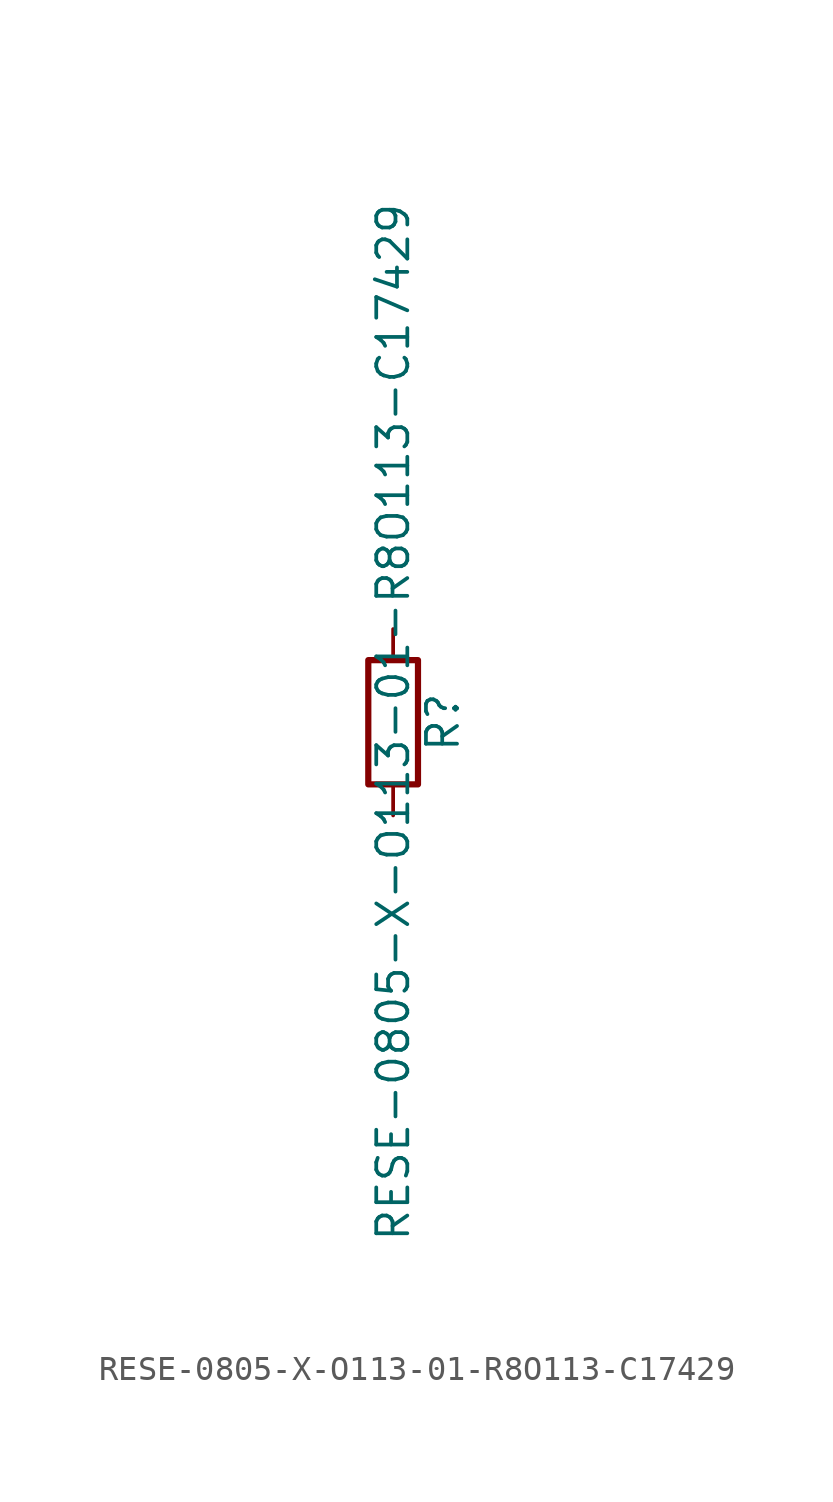
<source format=kicad_sym>
(kicad_symbol_lib
  (version 20211014)
  (generator kicad_symbol_editor)
  (symbol "RESE-0805-X-O113-01-R8O113-C17429"
    (pin_numbers hide)
    (pin_names
      (offset 0))
    (property "Reference" "R"
      (at 2.032 0 90)
      (effects (font (size 1.27 1.27))))
    (property "Value" "RESE-0805-X-O113-01-R8O113-C17429"
      (at 0 0 90)
      (effects (font (size 1.27 1.27))))
    (symbol "RESE-0805-X-O113-01-R8O113-C17429_0_1"
      (rectangle (start -1.016 -2.54) (end 1.016 2.54) (stroke (width 0.254) (type default) (color 0 0 0 0)) (fill (type none))))
    (symbol "RESE-0805-X-O113-01-R8O113-C17429_1_1"
      (pin passive line (at 0 3.81 270) (length 1.27) (name "~" (effects (font (size 1.27 1.27)))) (number "1" (effects (font (size 1.27 1.27)))))
      (pin passive line (at 0 -3.81 90) (length 1.27) (name "~" (effects (font (size 1.27 1.27)))) (number "2" (effects (font (size 1.27 1.27))))))))
</source>
